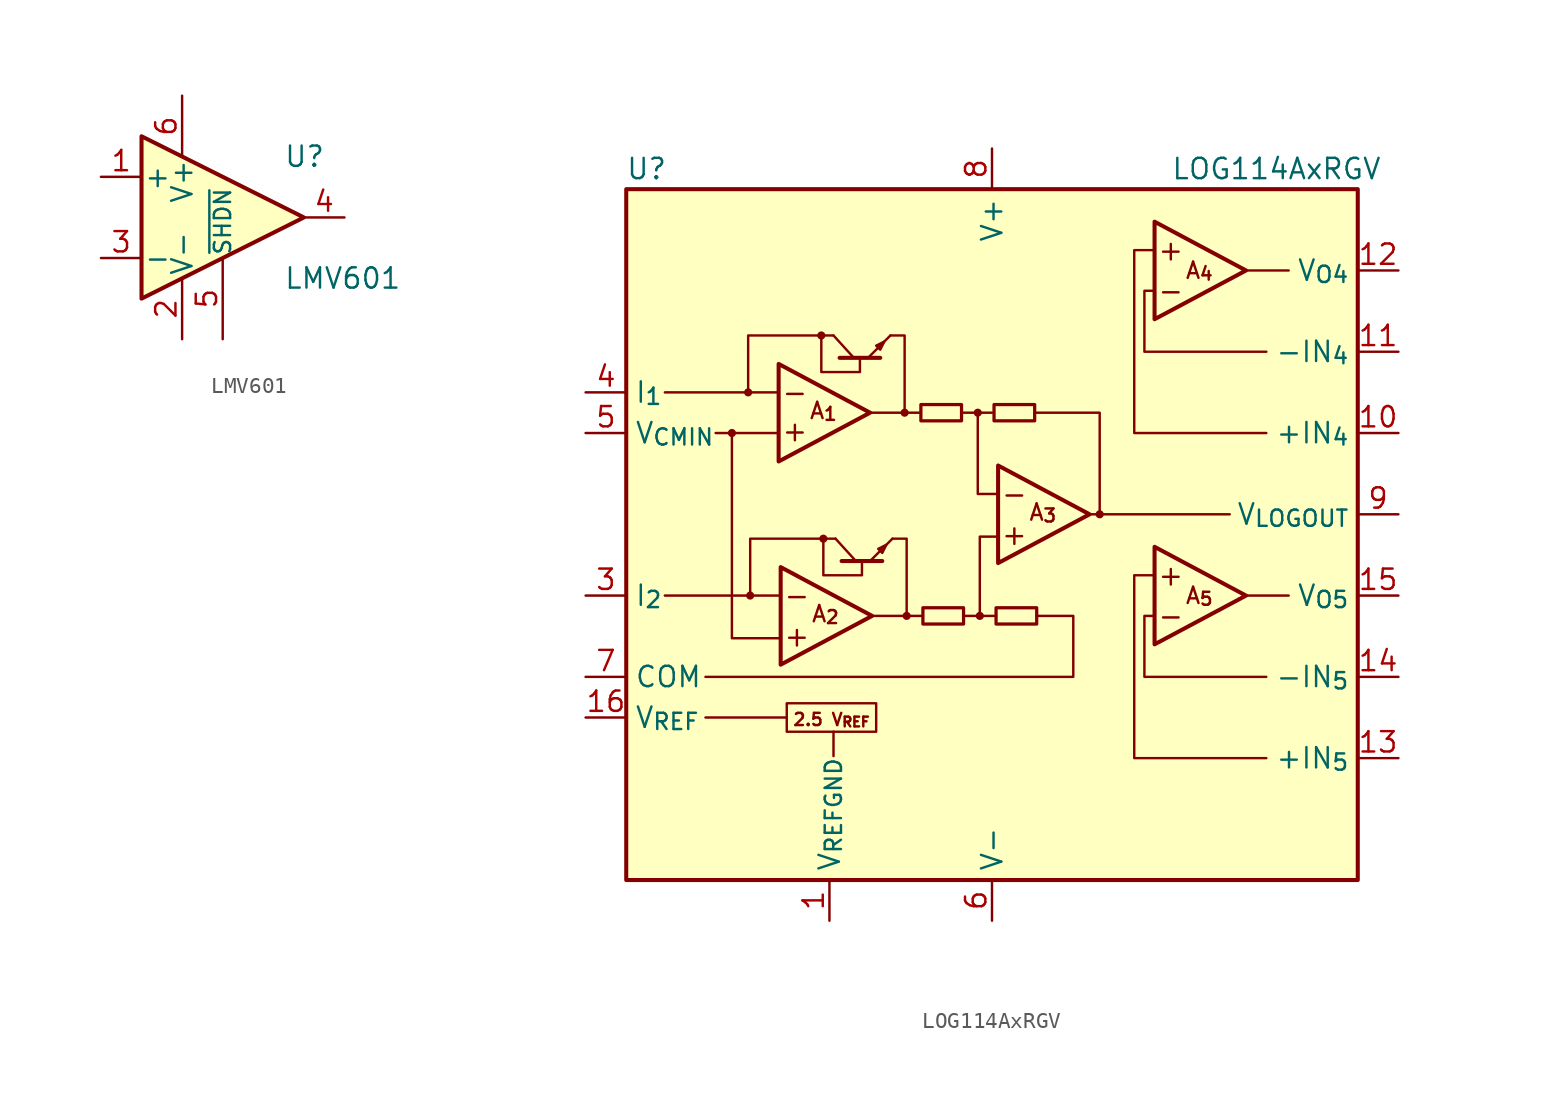
<source format=kicad_sym>
(kicad_symbol_lib
  (version 20241209)
  (generator "kicad_symbol_editor")
  (generator_version "9.0")
  (symbol "LMV601"
    (pin_names
      (offset 0.127))
    (property "Reference" "U"
      (at 3.81 3.81 0)
      (effects (font (size 1.27 1.27)) (justify left)))
    (property "Value" "LMV601"
      (at 3.81 -3.81 0)
      (effects (font (size 1.27 1.27)) (justify left)))
    (symbol "LMV601_0_1"
      (polyline (pts (xy -5.08 5.08) (xy 5.08 0) (xy -5.08 -5.08) (xy -5.08 5.08)) (stroke (width 0.254) (type default)) (fill (type background))))
    (symbol "LMV601_1_1"
      (pin input line (at -7.62 2.54 0) (length 2.54) (name "+" (effects (font (size 1.27 1.27)))) (number "1" (effects (font (size 1.27 1.27)))))
      (pin input line (at -7.62 -2.54 0) (length 2.54) (name "-" (effects (font (size 1.27 1.27)))) (number "3" (effects (font (size 1.27 1.27)))))
      (pin power_in line (at -2.54 7.62 270) (length 3.81) (name "V+" (effects (font (size 1.27 1.27)))) (number "6" (effects (font (size 1.27 1.27)))))
      (pin power_in line (at -2.54 -7.62 90) (length 3.81) (name "V-" (effects (font (size 1.27 1.27)))) (number "2" (effects (font (size 1.27 1.27)))))
      (pin input line (at 0 -7.62 90) (length 5.08) (name "~{SHDN}" (effects (font (size 1.016 1.016)))) (number "5" (effects (font (size 1.27 1.27)))))
      (pin output line (at 7.62 0 180) (length 2.54) (name "~" (effects (font (size 1.27 1.27)))) (number "4" (effects (font (size 1.27 1.27)))))))
  (symbol "LOG114AxRGV"
    (property "Reference" "U"
      (at -21.59 21.59 0)
      (effects (font (size 1.27 1.27))))
    (property "Value" "LOG114AxRGV"
      (at 17.78 21.59 0)
      (effects (font (size 1.27 1.27))))
    (symbol "LOG114AxRGV_0_0"
      (pin input line (at -25.4 7.62 0) (length 2.54) (name "I_{1}" (effects (font (size 1.27 1.27)))) (number "4" (effects (font (size 1.27 1.27)))))
      (pin input line (at -25.4 5.08 0) (length 2.54) (name "V_{CMIN}" (effects (font (size 1.27 1.27)))) (number "5" (effects (font (size 1.27 1.27)))))
      (pin input line (at -25.4 -5.08 0) (length 2.54) (name "I_{2}" (effects (font (size 1.27 1.27)))) (number "3" (effects (font (size 1.27 1.27)))))
      (pin power_in line (at -25.4 -10.16 0) (length 2.54) (name "COM" (effects (font (size 1.27 1.27)))) (number "7" (effects (font (size 1.27 1.27)))))
      (pin output line (at -25.4 -12.7 0) (length 2.54) (name "V_{REF}" (effects (font (size 1.27 1.27)))) (number "16" (effects (font (size 1.27 1.27)))))
      (pin power_in line (at -10.16 -25.4 90) (length 2.54) (name "V_{REFGND}" (effects (font (size 1.27 1.27)))) (number "1" (effects (font (size 1.27 1.27)))))
      (pin power_in line (at 0 22.86 270) (length 2.54) (name "V+" (effects (font (size 1.27 1.27)))) (number "8" (effects (font (size 1.27 1.27)))))
      (pin power_in line (at 0 -25.4 90) (length 2.54) (name "V-" (effects (font (size 1.27 1.27)))) (number "6" (effects (font (size 1.27 1.27)))))
      (pin output line (at 25.4 15.24 180) (length 2.54) (name "V_{O4}" (effects (font (size 1.27 1.27)))) (number "12" (effects (font (size 1.27 1.27)))))
      (pin input line (at 25.4 10.16 180) (length 2.54) (name "-IN_{4}" (effects (font (size 1.27 1.27)))) (number "11" (effects (font (size 1.27 1.27)))))
      (pin input line (at 25.4 5.08 180) (length 2.54) (name "+IN_{4}" (effects (font (size 1.27 1.27)))) (number "10" (effects (font (size 1.27 1.27)))))
      (pin output line (at 25.4 0 180) (length 2.54) (name "V_{LOGOUT}" (effects (font (size 1.27 1.27)))) (number "9" (effects (font (size 1.27 1.27)))))
      (pin output line (at 25.4 -5.08 180) (length 2.54) (name "V_{O5}" (effects (font (size 1.27 1.27)))) (number "15" (effects (font (size 1.27 1.27)))))
      (pin input line (at 25.4 -10.16 180) (length 2.54) (name "-IN_{5}" (effects (font (size 1.27 1.27)))) (number "14" (effects (font (size 1.27 1.27)))))
      (pin input line (at 25.4 -15.24 180) (length 2.54) (name "+IN_{5}" (effects (font (size 1.27 1.27)))) (number "13" (effects (font (size 1.27 1.27))))))
    (symbol "LOG114AxRGV_0_1"
      (polyline (pts (xy -9.525 9.779) (xy -6.985 9.779)) (stroke (width 0.254) (type default)) (fill (type none)))
      (polyline (pts (xy -9.398 -2.921) (xy -6.858 -2.921)) (stroke (width 0.254) (type default)) (fill (type none)))
      (polyline (pts (xy -8.636 9.779) (xy -9.906 11.176)) (stroke (width 0) (type default)) (fill (type none)))
      (polyline (pts (xy -8.509 -2.921) (xy -9.779 -1.524)) (stroke (width 0) (type default)) (fill (type none)))
      (polyline (pts (xy -7.747 9.779) (xy -6.35 11.176)) (stroke (width 0) (type default)) (fill (type none)))
      (polyline (pts (xy -7.62 -2.921) (xy -6.223 -1.524)) (stroke (width 0) (type default)) (fill (type none)))
      (polyline (pts (xy -6.985 10.287) (xy -7.239 10.541) (xy -6.731 10.795) (xy -6.985 10.287) (xy -6.985 10.287)) (stroke (width 0) (type default)) (fill (type outline)))
      (polyline (pts (xy -6.858 -2.413) (xy -7.112 -2.159) (xy -6.604 -1.905) (xy -6.858 -2.413) (xy -6.858 -2.413)) (stroke (width 0) (type default)) (fill (type outline)))
      (rectangle (start -4.445 6.858) (end -1.905 5.842) (stroke (width 0.203) (type default)) (fill (type none)))
      (rectangle (start -4.318 -5.842) (end -1.778 -6.858) (stroke (width 0.203) (type default)) (fill (type none)))
      (rectangle (start 0.127 6.858) (end 2.667 5.842) (stroke (width 0.203) (type default)) (fill (type none)))
      (rectangle (start 0.254 -5.842) (end 2.794 -6.858) (stroke (width 0.203) (type default)) (fill (type none))))
    (symbol "LOG114AxRGV_1_0"
      (pin passive line (at 0 -25.4 90) (length 2.54) (hide yes) (name "V-" (effects (font (size 1.27 1.27)))) (number "17" (effects (font (size 1.27 1.27)))))
      (pin no_connect line (at 5.08 -22.86 90) (length 2.54) (hide yes) (name "NC" (effects (font (size 1.27 1.27)))) (number "2" (effects (font (size 1.27 1.27))))))
    (symbol "LOG114AxRGV_1_1"
      (rectangle (start -22.86 20.32) (end 22.86 -22.86) (stroke (width 0.254) (type default)) (fill (type background)))
      (polyline (pts (xy -16.383 5.08) (xy -17.272 5.08)) (stroke (width 0) (type default)) (fill (type none)))
      (circle (center -16.256 5.08) (radius 0.18) (stroke (width 0) (type default)) (fill (type outline)))
      (circle (center -15.24 7.62) (radius 0.18) (stroke (width 0) (type default)) (fill (type outline)))
      (polyline (pts (xy -15.24 7.62) (xy -20.447 7.62)) (stroke (width 0) (type default)) (fill (type none)))
      (circle (center -15.113 -5.08) (radius 0.18) (stroke (width 0) (type default)) (fill (type outline)))
      (polyline (pts (xy -15.113 -5.08) (xy -20.447 -5.08)) (stroke (width 0) (type default)) (fill (type none)))
      (polyline (pts (xy -13.335 5.08) (xy -16.256 5.08) (xy -16.256 -7.747) (xy -13.208 -7.747)) (stroke (width 0) (type default)) (fill (type none)))
      (polyline (pts (xy -13.335 3.302) (xy -13.335 9.398) (xy -7.62 6.35) (xy -13.335 3.302)) (stroke (width 0.254) (type default)) (fill (type none)))
      (polyline (pts (xy -13.208 -9.398) (xy -13.208 -3.302) (xy -7.493 -6.35) (xy -13.208 -9.398)) (stroke (width 0.254) (type default)) (fill (type none)))
      (rectangle (start -12.827 -11.811) (end -7.239 -13.589) (stroke (width 0) (type default)) (fill (type none)))
      (polyline (pts (xy -12.827 -12.7) (xy -17.907 -12.7)) (stroke (width 0) (type default)) (fill (type none)))
      (circle (center -10.668 11.176) (radius 0.18) (stroke (width 0) (type default)) (fill (type outline)))
      (polyline (pts (xy -10.668 11.176) (xy -15.24 11.176) (xy -15.24 7.62) (xy -13.335 7.62)) (stroke (width 0) (type default)) (fill (type none)))
      (circle (center -10.541 -1.524) (radius 0.18) (stroke (width 0) (type default)) (fill (type outline)))
      (polyline (pts (xy -10.541 -1.524) (xy -15.113 -1.524) (xy -15.113 -5.08) (xy -13.208 -5.08)) (stroke (width 0) (type default)) (fill (type none)))
      (polyline (pts (xy -9.906 -13.589) (xy -9.906 -15.113)) (stroke (width 0) (type default)) (fill (type none)))
      (polyline (pts (xy -8.255 9.652) (xy -8.255 8.89) (xy -10.668 8.89) (xy -10.668 11.176) (xy -9.906 11.176)) (stroke (width 0) (type default)) (fill (type none)))
      (polyline (pts (xy -8.128 -3.048) (xy -8.128 -3.81) (xy -10.541 -3.81) (xy -10.541 -1.524) (xy -9.779 -1.524)) (stroke (width 0) (type default)) (fill (type none)))
      (polyline (pts (xy -7.62 6.35) (xy -5.461 6.35) (xy -5.461 11.176) (xy -6.35 11.176)) (stroke (width 0) (type default)) (fill (type none)))
      (polyline (pts (xy -7.493 -6.35) (xy -5.334 -6.35) (xy -5.334 -1.524) (xy -6.223 -1.524)) (stroke (width 0) (type default)) (fill (type none)))
      (circle (center -5.461 6.35) (radius 0.18) (stroke (width 0) (type default)) (fill (type outline)))
      (polyline (pts (xy -5.461 6.35) (xy -4.445 6.35)) (stroke (width 0) (type default)) (fill (type none)))
      (circle (center -5.334 -6.35) (radius 0.18) (stroke (width 0) (type default)) (fill (type outline)))
      (polyline (pts (xy -5.334 -6.35) (xy -4.318 -6.35)) (stroke (width 0) (type default)) (fill (type none)))
      (polyline (pts (xy -1.905 6.35) (xy 0 6.35)) (stroke (width 0) (type default)) (fill (type none)))
      (polyline (pts (xy -1.651 -6.35) (xy 0.254 -6.35)) (stroke (width 0) (type default)) (fill (type none)))
      (circle (center -0.889 6.35) (radius 0.18) (stroke (width 0) (type default)) (fill (type outline)))
      (polyline (pts (xy -0.889 6.35) (xy -0.889 1.27) (xy 0.381 1.27)) (stroke (width 0) (type default)) (fill (type none)))
      (circle (center -0.762 -6.35) (radius 0.18) (stroke (width 0) (type default)) (fill (type outline)))
      (polyline (pts (xy -0.762 -6.35) (xy -0.762 -1.397) (xy 0.381 -1.397)) (stroke (width 0) (type default)) (fill (type none)))
      (polyline (pts (xy 0.381 -3.048) (xy 0.381 3.048) (xy 6.096 0) (xy 0.381 -3.048)) (stroke (width 0.254) (type default)) (fill (type none)))
      (polyline (pts (xy 2.667 6.35) (xy 6.731 6.35) (xy 6.731 0) (xy 6.096 0)) (stroke (width 0) (type default)) (fill (type none)))
      (polyline (pts (xy 2.794 -6.35) (xy 5.08 -6.35) (xy 5.08 -10.16) (xy -17.907 -10.16)) (stroke (width 0) (type default)) (fill (type none)))
      (polyline (pts (xy 6.731 0) (xy 14.859 0)) (stroke (width 0) (type default)) (fill (type none)))
      (circle (center 6.731 0) (radius 0.18) (stroke (width 0) (type default)) (fill (type outline)))
      (polyline (pts (xy 10.16 18.288) (xy 10.16 12.192) (xy 15.875 15.24) (xy 10.16 18.288)) (stroke (width 0.254) (type default)) (fill (type none)))
      (polyline (pts (xy 10.16 -2.032) (xy 10.16 -8.128) (xy 15.875 -5.08) (xy 10.16 -2.032)) (stroke (width 0.254) (type default)) (fill (type none)))
      (polyline (pts (xy 15.748 15.24) (xy 18.542 15.24)) (stroke (width 0) (type default)) (fill (type none)))
      (polyline (pts (xy 15.748 -5.08) (xy 18.542 -5.08)) (stroke (width 0) (type default)) (fill (type none)))
      (polyline (pts (xy 17.145 10.16) (xy 9.525 10.16) (xy 9.525 13.97) (xy 10.16 13.97)) (stroke (width 0) (type default)) (fill (type none)))
      (polyline (pts (xy 17.145 5.08) (xy 8.89 5.08) (xy 8.89 16.51) (xy 10.16 16.51)) (stroke (width 0) (type default)) (fill (type none)))
      (polyline (pts (xy 17.145 -10.16) (xy 9.525 -10.16) (xy 9.525 -6.35) (xy 10.16 -6.35)) (stroke (width 0) (type default)) (fill (type none)))
      (polyline (pts (xy 17.145 -15.24) (xy 8.89 -15.24) (xy 8.89 -3.81) (xy 10.16 -3.81)) (stroke (width 0) (type default)) (fill (type none)))
      (text "-" (at -12.319 7.62 0) (effects (font (size 1.27 1.27))))
      (text "+" (at -12.319 5.207 0) (effects (font (size 1.27 1.27))))
      (text "-" (at -12.192 -5.08 0) (effects (font (size 1.27 1.27))))
      (text "+" (at -12.192 -7.62 0) (effects (font (size 1.27 1.27))))
      (text "A_{1}" (at -10.541 6.477 0) (effects (font (size 1.016 1.016))))
      (text "A_{2}" (at -10.414 -6.223 0) (effects (font (size 1.016 1.016))))
      (text "2.5 V_{REF}" (at -10.033 -12.827 0) (effects (font (size 0.762 0.762))))
      (text "-" (at 1.397 1.27 0) (effects (font (size 1.27 1.27))))
      (text "+" (at 1.397 -1.27 0) (effects (font (size 1.27 1.27))))
      (text "A_{3}" (at 3.175 0.127 0) (effects (font (size 1.016 1.016))))
      (text "+" (at 11.176 16.51 0) (effects (font (size 1.27 1.27))))
      (text "-" (at 11.176 13.97 0) (effects (font (size 1.27 1.27))))
      (text "+" (at 11.176 -3.81 0) (effects (font (size 1.27 1.27))))
      (text "-" (at 11.176 -6.35 0) (effects (font (size 1.27 1.27))))
      (text "A_{4}" (at 12.954 15.24 0) (effects (font (size 1.016 1.016))))
      (text "A_{5}" (at 12.954 -5.08 0) (effects (font (size 1.016 1.016)))))))
</source>
